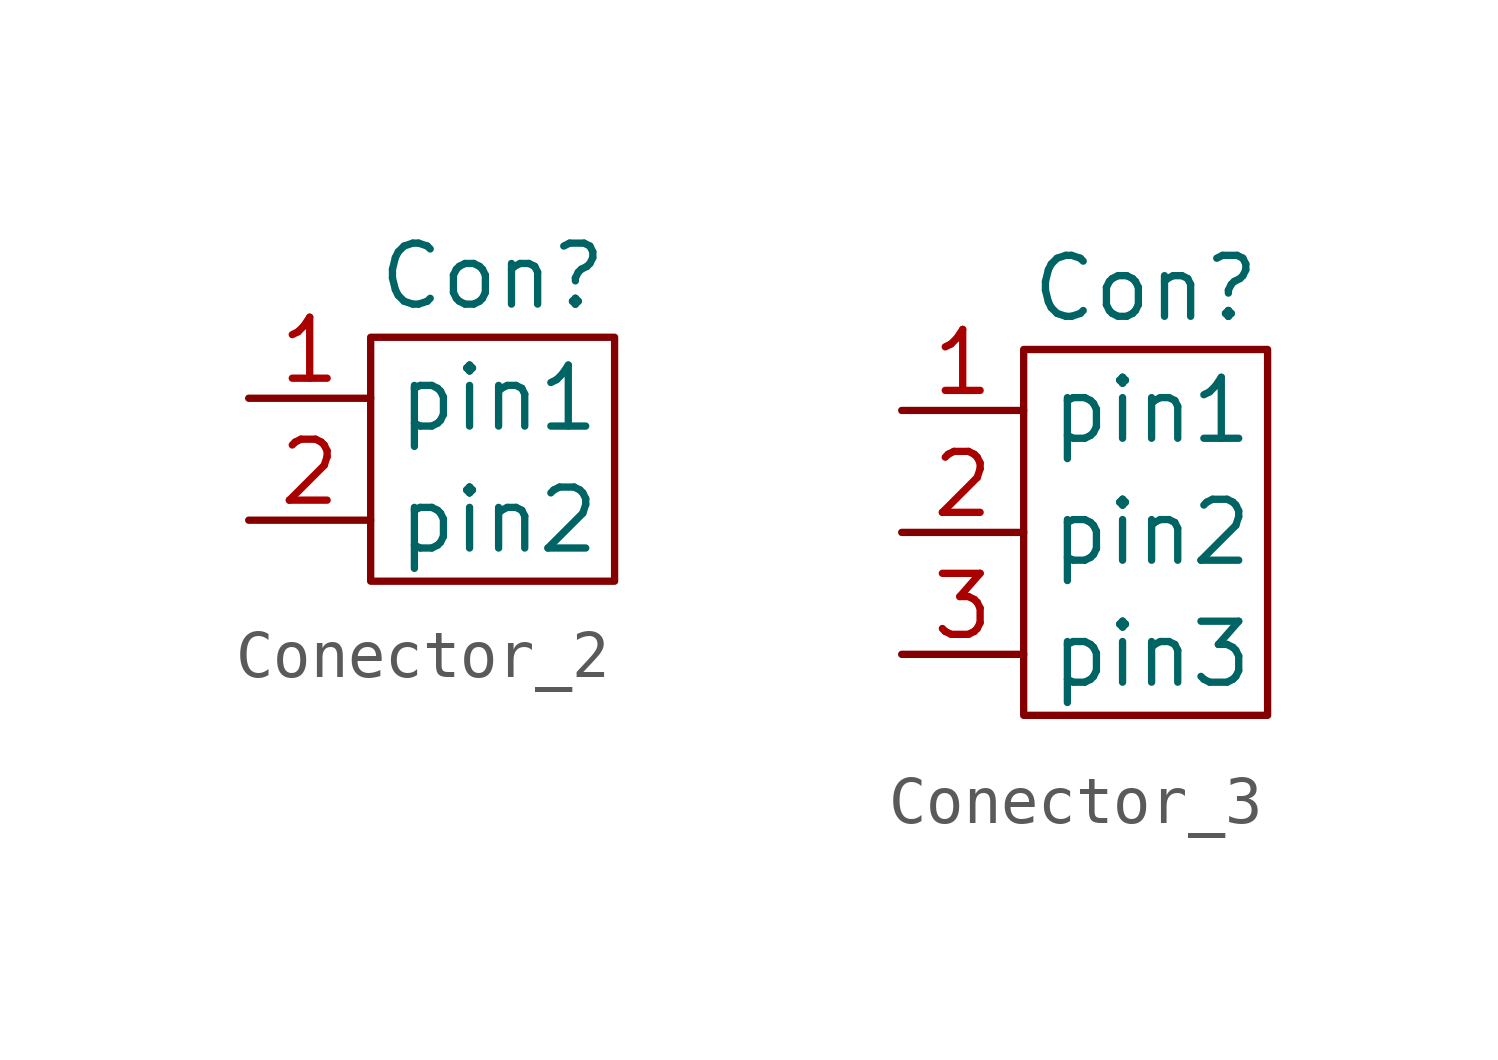
<source format=kicad_sym>
(kicad_symbol_lib
  (version 20231120)
  (generator "kicad_symbol_editor")
  (generator_version "8.0")
  (symbol "Conector_2"
    (property "Reference" "Con"
      (at 0 0 0)
      (effects (font (size 1.27 1.27))))
    (property "Value" ""
      (at 0 0 0)
      (effects (font (size 1.27 1.27))))
    (symbol "Conector_2_0_1"
      (rectangle (start -2.54 -1.27) (end 2.54 -6.35) (stroke (width 0) (type default)) (fill (type none))))
    (symbol "Conector_2_1_1"
      (pin passive line (at -5.08 -2.54 0) (length 2.54) (name "pin1" (effects (font (size 1.27 1.27)))) (number "1" (effects (font (size 1.27 1.27)))))
      (pin passive line (at -5.08 -5.08 0) (length 2.54) (name "pin2" (effects (font (size 1.27 1.27)))) (number "2" (effects (font (size 1.27 1.27)))))))
  (symbol "Conector_3"
    (property "Reference" "Con"
      (at 0 0 0)
      (effects (font (size 1.27 1.27))))
    (property "Value" ""
      (at 0 0 0)
      (effects (font (size 1.27 1.27))))
    (symbol "Conector_3_1_1"
      (rectangle (start -2.54 -1.27) (end 2.54 -8.89) (stroke (width 0) (type default)) (fill (type none)))
      (pin passive line (at -5.08 -2.54 0) (length 2.54) (name "pin1" (effects (font (size 1.27 1.27)))) (number "1" (effects (font (size 1.27 1.27)))))
      (pin passive line (at -5.08 -5.08 0) (length 2.54) (name "pin2" (effects (font (size 1.27 1.27)))) (number "2" (effects (font (size 1.27 1.27)))))
      (pin passive line (at -5.08 -7.62 0) (length 2.54) (name "pin3" (effects (font (size 1.27 1.27)))) (number "3" (effects (font (size 1.27 1.27))))))))
</source>
